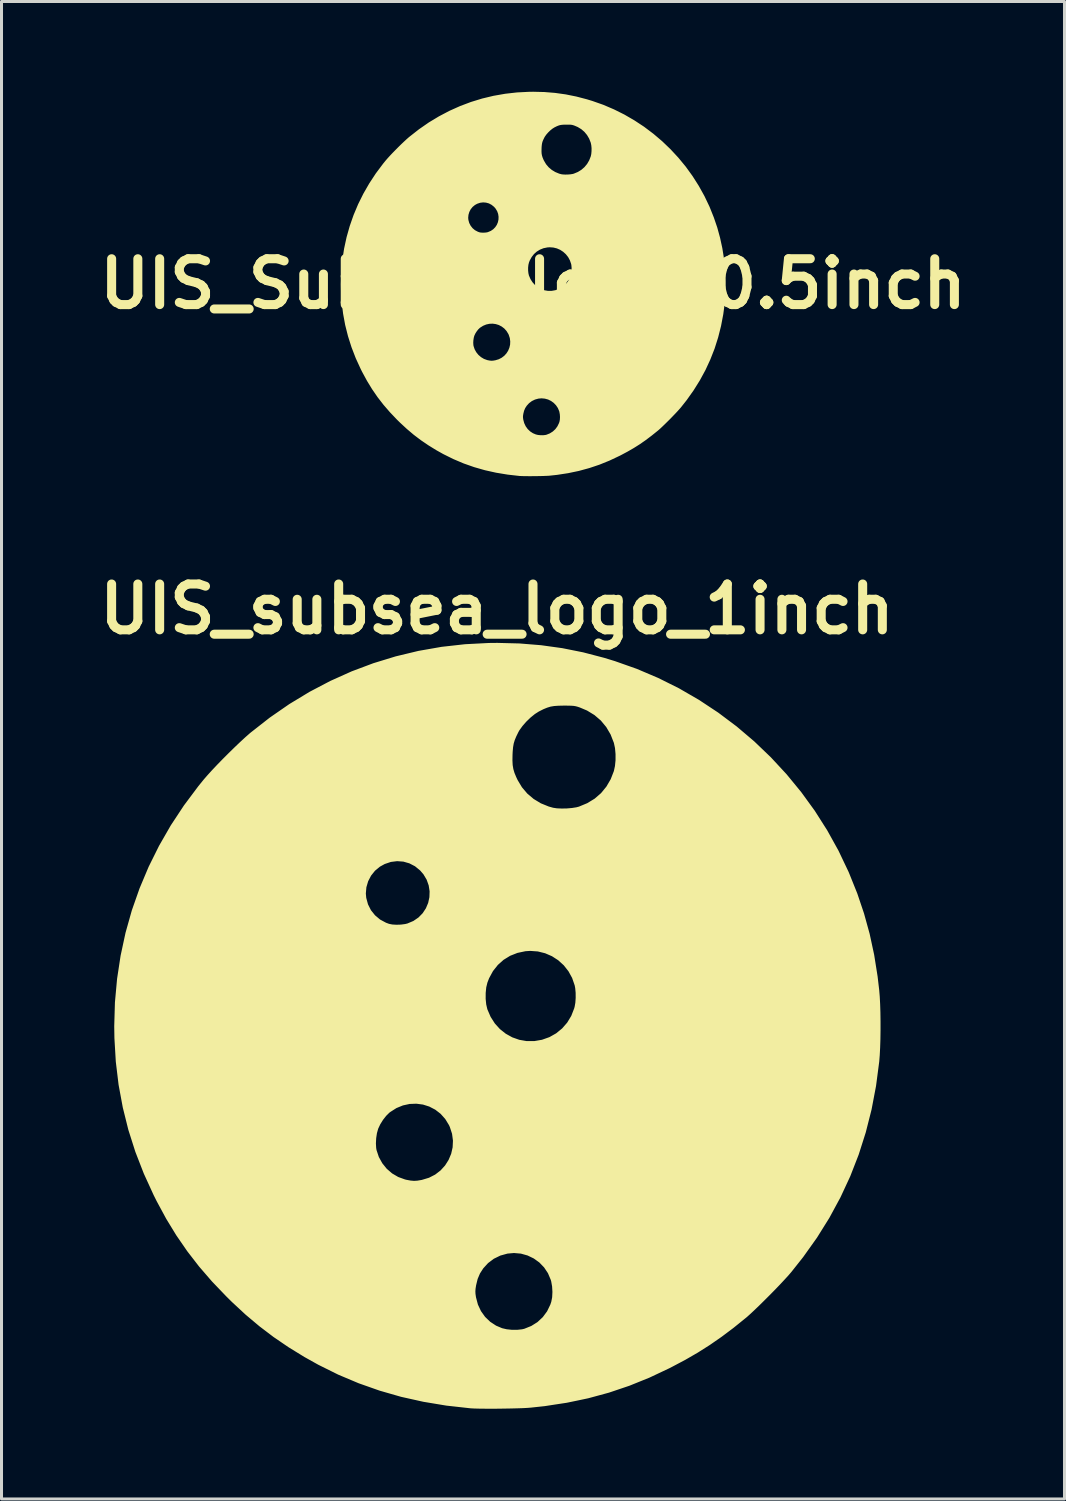
<source format=kicad_pcb>
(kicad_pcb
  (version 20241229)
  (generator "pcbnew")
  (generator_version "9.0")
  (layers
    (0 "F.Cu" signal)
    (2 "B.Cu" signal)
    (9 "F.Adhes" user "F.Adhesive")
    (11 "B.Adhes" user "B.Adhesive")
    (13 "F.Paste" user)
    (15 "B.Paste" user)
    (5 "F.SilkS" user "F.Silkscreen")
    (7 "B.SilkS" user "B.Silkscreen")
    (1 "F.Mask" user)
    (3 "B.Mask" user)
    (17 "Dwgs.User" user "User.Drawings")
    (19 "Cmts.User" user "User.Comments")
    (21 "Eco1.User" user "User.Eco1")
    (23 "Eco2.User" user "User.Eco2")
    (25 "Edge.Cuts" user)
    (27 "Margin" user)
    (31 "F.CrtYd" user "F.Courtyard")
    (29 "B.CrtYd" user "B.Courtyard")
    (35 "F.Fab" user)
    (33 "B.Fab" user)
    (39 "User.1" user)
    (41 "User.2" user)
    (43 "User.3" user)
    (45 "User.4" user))
  (footprint "UIS_Subsea_logo_0.5inch"
    (layer "F.Cu")
    (at 14.667 6.385)
    (property "Reference" "UIS_Subsea_logo_0.5inch" (at 0 0 0) (layer "F.SilkS") (effects (font (size 1.524 1.524) (thickness 0.3))))
    (attr through_hole)
    (fp_poly (pts (xy 6.35 0.079) (xy 6.348 0.226) (xy 6.343 0.365) (xy 6.337 0.491) (xy 6.328 0.598) (xy 6.328 0.6) (xy 6.275 1.001) (xy 6.201 1.39) (xy 6.105 1.769) (xy 5.988 2.137) (xy 5.848 2.494) (xy 5.687 2.843) (xy 5.503 3.181) (xy 5.297 3.511) (xy 5.069 3.833) (xy 4.877 4.076) (xy 4.827 4.133) (xy 4.763 4.204) (xy 4.689 4.283) (xy 4.607 4.368) (xy 4.521 4.457) (xy 4.433 4.544) (xy 4.348 4.628) (xy 4.268 4.705) (xy 4.197 4.772) (xy 4.137 4.825) (xy 4.118 4.841) (xy 3.914 5.005) (xy 3.718 5.153) (xy 3.524 5.288) (xy 3.326 5.413) (xy 3.118 5.533) (xy 2.895 5.652) (xy 2.857 5.671) (xy 2.525 5.828) (xy 2.192 5.963) (xy 1.996 6.029) (xy 1.996 -4.514) (xy 1.986 -4.615) (xy 1.968 -4.703) (xy 1.967 -4.706) (xy 1.911 -4.849) (xy 1.836 -4.976) (xy 1.744 -5.087) (xy 1.635 -5.181) (xy 1.508 -5.258) (xy 1.388 -5.309) (xy 1.348 -5.322) (xy 1.314 -5.331) (xy 1.279 -5.337) (xy 1.238 -5.341) (xy 1.184 -5.342) (xy 1.113 -5.342) (xy 1.11 -5.342) (xy 1.02 -5.341) (xy 0.947 -5.335) (xy 0.885 -5.325) (xy 0.826 -5.307) (xy 0.763 -5.281) (xy 0.689 -5.244) (xy 0.685 -5.242) (xy 0.616 -5.198) (xy 0.541 -5.138) (xy 0.469 -5.068) (xy 0.404 -4.994) (xy 0.352 -4.921) (xy 0.335 -4.891) (xy 0.298 -4.816) (xy 0.271 -4.752) (xy 0.254 -4.692) (xy 0.243 -4.628) (xy 0.236 -4.552) (xy 0.234 -4.5) (xy 0.232 -4.405) (xy 0.236 -4.327) (xy 0.248 -4.258) (xy 0.268 -4.191) (xy 0.298 -4.117) (xy 0.321 -4.069) (xy 0.394 -3.946) (xy 0.486 -3.838) (xy 0.595 -3.746) (xy 0.717 -3.672) (xy 0.852 -3.616) (xy 0.928 -3.595) (xy 0.994 -3.586) (xy 1.075 -3.582) (xy 1.162 -3.584) (xy 1.249 -3.591) (xy 1.325 -3.603) (xy 1.371 -3.615) (xy 1.513 -3.674) (xy 1.638 -3.751) (xy 1.747 -3.846) (xy 1.839 -3.957) (xy 1.913 -4.084) (xy 1.967 -4.222) (xy 1.986 -4.308) (xy 1.995 -4.409) (xy 1.996 -4.514) (xy 1.996 6.029) (xy 1.855 6.076) (xy 1.511 6.17) (xy 1.333 6.207) (xy 1.333 -0.46) (xy 1.332 -0.546) (xy 1.325 -0.625) (xy 1.316 -0.674) (xy 1.272 -0.801) (xy 1.209 -0.917) (xy 1.128 -1.019) (xy 1.033 -1.105) (xy 0.926 -1.175) (xy 0.809 -1.226) (xy 0.683 -1.257) (xy 0.553 -1.266) (xy 0.469 -1.26) (xy 0.333 -1.232) (xy 0.208 -1.182) (xy 0.095 -1.113) (xy -0.004 -1.025) (xy -0.087 -0.919) (xy -0.154 -0.798) (xy -0.183 -0.722) (xy -0.203 -0.639) (xy -0.213 -0.543) (xy -0.213 -0.443) (xy -0.203 -0.347) (xy -0.184 -0.264) (xy -0.183 -0.261) (xy -0.128 -0.133) (xy -0.056 -0.021) (xy 0.032 0.076) (xy 0.132 0.157) (xy 0.244 0.218) (xy 0.364 0.261) (xy 0.491 0.283) (xy 0.622 0.283) (xy 0.754 0.26) (xy 0.882 0.215) (xy 0.998 0.149) (xy 1.101 0.066) (xy 1.187 -0.035) (xy 1.257 -0.15) (xy 1.307 -0.277) (xy 1.316 -0.309) (xy 1.328 -0.378) (xy 1.333 -0.46) (xy 1.333 6.207) (xy 1.157 6.244) (xy 0.947 6.276) (xy 0.947 4.428) (xy 0.941 4.333) (xy 0.925 4.245) (xy 0.918 4.217) (xy 0.87 4.104) (xy 0.803 4.004) (xy 0.72 3.918) (xy 0.624 3.849) (xy 0.517 3.797) (xy 0.402 3.766) (xy 0.282 3.755) (xy 0.171 3.765) (xy 0.047 3.799) (xy -0.065 3.854) (xy -0.165 3.929) (xy -0.247 4.019) (xy -0.305 4.108) (xy -0.345 4.203) (xy -0.372 4.312) (xy -0.372 4.315) (xy -0.381 4.372) (xy -0.384 4.417) (xy -0.382 4.461) (xy -0.374 4.515) (xy -0.373 4.524) (xy -0.34 4.646) (xy -0.287 4.759) (xy -0.216 4.858) (xy -0.129 4.942) (xy -0.027 5.009) (xy 0.078 5.053) (xy 0.157 5.072) (xy 0.247 5.081) (xy 0.338 5.082) (xy 0.422 5.072) (xy 0.462 5.063) (xy 0.582 5.015) (xy 0.688 4.948) (xy 0.78 4.863) (xy 0.854 4.762) (xy 0.91 4.647) (xy 0.927 4.598) (xy 0.942 4.519) (xy 0.947 4.428) (xy 0.947 6.276) (xy 0.791 6.3) (xy 0.559 6.325) (xy 0.5 6.33) (xy 0.422 6.333) (xy 0.329 6.337) (xy 0.226 6.339) (xy 0.117 6.341) (xy 0.006 6.342) (xy -0.103 6.343) (xy -0.206 6.342) (xy -0.297 6.341) (xy -0.374 6.339) (xy -0.432 6.336) (xy -0.443 6.336) (xy -0.707 6.306) (xy -0.707 1.911) (xy -0.722 1.793) (xy -0.76 1.677) (xy -0.775 1.644) (xy -0.84 1.537) (xy -0.92 1.448) (xy -1.013 1.377) (xy -1.095 1.334) (xy -1.095 -2.233) (xy -1.11 -2.335) (xy -1.146 -2.435) (xy -1.202 -2.529) (xy -1.26 -2.596) (xy -1.349 -2.668) (xy -1.447 -2.72) (xy -1.552 -2.749) (xy -1.66 -2.758) (xy -1.769 -2.744) (xy -1.876 -2.708) (xy -1.959 -2.662) (xy -2.045 -2.591) (xy -2.114 -2.505) (xy -2.164 -2.408) (xy -2.195 -2.304) (xy -2.205 -2.195) (xy -2.198 -2.118) (xy -2.167 -2.005) (xy -2.115 -1.904) (xy -2.045 -1.815) (xy -1.958 -1.742) (xy -1.855 -1.687) (xy -1.801 -1.667) (xy -1.743 -1.655) (xy -1.671 -1.651) (xy -1.595 -1.653) (xy -1.523 -1.662) (xy -1.481 -1.673) (xy -1.377 -1.717) (xy -1.289 -1.777) (xy -1.216 -1.852) (xy -1.159 -1.937) (xy -1.12 -2.031) (xy -1.098 -2.131) (xy -1.095 -2.233) (xy -1.095 1.334) (xy -1.115 1.323) (xy -1.225 1.289) (xy -1.339 1.273) (xy -1.455 1.278) (xy -1.57 1.303) (xy -1.682 1.349) (xy -1.788 1.416) (xy -1.805 1.43) (xy -1.86 1.483) (xy -1.914 1.553) (xy -1.962 1.629) (xy -1.997 1.705) (xy -1.999 1.709) (xy -2.019 1.783) (xy -2.032 1.869) (xy -2.037 1.957) (xy -2.032 2.038) (xy -2.026 2.076) (xy -1.987 2.194) (xy -1.927 2.302) (xy -1.85 2.397) (xy -1.757 2.477) (xy -1.652 2.54) (xy -1.536 2.582) (xy -1.509 2.588) (xy -1.438 2.601) (xy -1.379 2.606) (xy -1.32 2.602) (xy -1.251 2.591) (xy -1.24 2.589) (xy -1.121 2.553) (xy -1.014 2.498) (xy -0.921 2.427) (xy -0.843 2.341) (xy -0.782 2.245) (xy -0.738 2.139) (xy -0.712 2.027) (xy -0.707 1.911) (xy -0.707 6.306) (xy -0.838 6.291) (xy -1.219 6.228) (xy -1.587 6.146) (xy -1.943 6.044) (xy -2.29 5.922) (xy -2.627 5.779) (xy -2.958 5.615) (xy -3.187 5.487) (xy -3.45 5.325) (xy -3.697 5.157) (xy -3.932 4.979) (xy -4.16 4.786) (xy -4.387 4.576) (xy -4.482 4.483) (xy -4.717 4.236) (xy -4.931 3.989) (xy -5.127 3.736) (xy -5.307 3.474) (xy -5.475 3.199) (xy -5.634 2.906) (xy -5.683 2.808) (xy -5.847 2.451) (xy -5.986 2.09) (xy -6.102 1.725) (xy -6.195 1.356) (xy -6.264 0.98) (xy -6.31 0.598) (xy -6.333 0.208) (xy -6.336 0.012) (xy -6.324 -0.383) (xy -6.289 -0.774) (xy -6.231 -1.158) (xy -6.149 -1.537) (xy -6.044 -1.908) (xy -5.917 -2.272) (xy -5.767 -2.628) (xy -5.594 -2.976) (xy -5.399 -3.315) (xy -5.183 -3.644) (xy -4.944 -3.963) (xy -4.852 -4.076) (xy -4.791 -4.146) (xy -4.716 -4.228) (xy -4.63 -4.319) (xy -4.536 -4.415) (xy -4.44 -4.512) (xy -4.343 -4.607) (xy -4.25 -4.695) (xy -4.165 -4.774) (xy -4.091 -4.839) (xy -4.076 -4.851) (xy -3.762 -5.097) (xy -3.438 -5.322) (xy -3.103 -5.524) (xy -2.759 -5.705) (xy -2.406 -5.863) (xy -2.045 -5.999) (xy -1.676 -6.112) (xy -1.3 -6.202) (xy -0.917 -6.269) (xy -0.528 -6.313) (xy -0.134 -6.333) (xy 0.006 -6.335) (xy 0.374 -6.326) (xy 0.73 -6.297) (xy 1.08 -6.248) (xy 1.427 -6.178) (xy 1.775 -6.087) (xy 1.953 -6.033) (xy 2.317 -5.905) (xy 2.67 -5.754) (xy 3.013 -5.583) (xy 3.344 -5.391) (xy 3.663 -5.181) (xy 3.968 -4.951) (xy 4.259 -4.704) (xy 4.534 -4.44) (xy 4.794 -4.16) (xy 5.037 -3.865) (xy 5.261 -3.555) (xy 5.467 -3.231) (xy 5.654 -2.894) (xy 5.82 -2.546) (xy 5.832 -2.517) (xy 5.964 -2.187) (xy 6.077 -1.856) (xy 6.169 -1.519) (xy 6.244 -1.173) (xy 6.301 -0.814) (xy 6.328 -0.588) (xy 6.336 -0.482) (xy 6.343 -0.356) (xy 6.347 -0.217) (xy 6.35 -0.07) (xy 6.35 0.079)) (stroke (width 0.1) (type solid)) (fill yes) (layer "F.SilkS")))
  (footprint "UIS_subsea_logo_1inch"
    (layer "F.Cu")
    (at 13.469 31.039)
    (property "Reference" "UIS_subsea_logo_1inch" (at 0 -13.843 0) (layer "F.SilkS") (effects (font (size 1.524 1.524) (thickness 0.3))))
    (attr through_hole)
    (fp_poly (pts (xy 12.699 0.158) (xy 12.695 0.452) (xy 12.686 0.73) (xy 12.673 0.982) (xy 12.656 1.196) (xy 12.655 1.201) (xy 12.55 2.002) (xy 12.402 2.781) (xy 12.21 3.538) (xy 11.976 4.273) (xy 11.697 4.989) (xy 11.374 5.685) (xy 11.007 6.363) (xy 10.595 7.023) (xy 10.137 7.666) (xy 9.753 8.151) (xy 9.654 8.267) (xy 9.526 8.407) (xy 9.378 8.566) (xy 9.214 8.737) (xy 9.041 8.913) (xy 8.866 9.088) (xy 8.696 9.256) (xy 8.536 9.41) (xy 8.394 9.543) (xy 8.275 9.65) (xy 8.236 9.682) (xy 7.829 10.011) (xy 7.436 10.306) (xy 7.048 10.575) (xy 6.651 10.827) (xy 6.236 11.067) (xy 5.79 11.303) (xy 5.713 11.343) (xy 5.05 11.656) (xy 4.385 11.925) (xy 3.991 12.058) (xy 3.991 -9.027) (xy 3.973 -9.229) (xy 3.935 -9.405) (xy 3.933 -9.413) (xy 3.822 -9.697) (xy 3.673 -9.951) (xy 3.488 -10.174) (xy 3.269 -10.362) (xy 3.017 -10.516) (xy 2.775 -10.618) (xy 2.696 -10.645) (xy 2.628 -10.663) (xy 2.558 -10.675) (xy 2.476 -10.681) (xy 2.369 -10.684) (xy 2.225 -10.685) (xy 2.22 -10.685) (xy 2.04 -10.681) (xy 1.895 -10.671) (xy 1.77 -10.65) (xy 1.652 -10.614) (xy 1.525 -10.562) (xy 1.378 -10.488) (xy 1.371 -10.485) (xy 1.231 -10.396) (xy 1.083 -10.276) (xy 0.938 -10.136) (xy 0.808 -9.987) (xy 0.704 -9.843) (xy 0.67 -9.783) (xy 0.596 -9.632) (xy 0.543 -9.504) (xy 0.507 -9.384) (xy 0.485 -9.256) (xy 0.472 -9.105) (xy 0.467 -9) (xy 0.464 -8.811) (xy 0.472 -8.654) (xy 0.495 -8.516) (xy 0.535 -8.381) (xy 0.596 -8.235) (xy 0.642 -8.137) (xy 0.789 -7.892) (xy 0.972 -7.676) (xy 1.189 -7.492) (xy 1.435 -7.343) (xy 1.705 -7.233) (xy 1.856 -7.191) (xy 1.988 -7.171) (xy 2.15 -7.164) (xy 2.325 -7.167) (xy 2.497 -7.182) (xy 2.65 -7.206) (xy 2.741 -7.23) (xy 3.025 -7.348) (xy 3.277 -7.502) (xy 3.495 -7.691) (xy 3.678 -7.914) (xy 3.826 -8.168) (xy 3.933 -8.443) (xy 3.971 -8.617) (xy 3.991 -8.817) (xy 3.991 -9.027) (xy 3.991 12.058) (xy 3.71 12.153) (xy 3.022 12.34) (xy 2.666 12.415) (xy 2.666 -0.92) (xy 2.665 -1.091) (xy 2.65 -1.251) (xy 2.632 -1.347) (xy 2.544 -1.603) (xy 2.417 -1.834) (xy 2.257 -2.037) (xy 2.067 -2.21) (xy 1.852 -2.349) (xy 1.617 -2.451) (xy 1.367 -2.513) (xy 1.105 -2.532) (xy 0.938 -2.521) (xy 0.666 -2.463) (xy 0.415 -2.364) (xy 0.189 -2.225) (xy -0.008 -2.049) (xy -0.175 -1.838) (xy -0.307 -1.595) (xy -0.366 -1.443) (xy -0.406 -1.279) (xy -0.425 -1.087) (xy -0.426 -0.886) (xy -0.407 -0.694) (xy -0.368 -0.527) (xy -0.366 -0.522) (xy -0.256 -0.267) (xy -0.112 -0.041) (xy 0.063 0.153) (xy 0.265 0.313) (xy 0.488 0.437) (xy 0.729 0.522) (xy 0.982 0.566) (xy 1.245 0.566) (xy 1.508 0.521) (xy 1.764 0.43) (xy 1.996 0.299) (xy 2.201 0.131) (xy 2.375 -0.069) (xy 2.514 -0.299) (xy 2.614 -0.555) (xy 2.631 -0.618) (xy 2.655 -0.755) (xy 2.666 -0.92) (xy 2.666 12.415) (xy 2.314 12.488) (xy 1.893 12.552) (xy 1.893 8.855) (xy 1.882 8.666) (xy 1.851 8.49) (xy 1.835 8.435) (xy 1.739 8.208) (xy 1.605 8.007) (xy 1.44 7.836) (xy 1.248 7.698) (xy 1.034 7.595) (xy 0.805 7.531) (xy 0.565 7.51) (xy 0.341 7.53) (xy 0.095 7.598) (xy -0.13 7.708) (xy -0.33 7.858) (xy -0.495 8.039) (xy -0.609 8.216) (xy -0.69 8.406) (xy -0.743 8.623) (xy -0.744 8.63) (xy -0.762 8.744) (xy -0.768 8.834) (xy -0.764 8.922) (xy -0.748 9.031) (xy -0.745 9.047) (xy -0.68 9.293) (xy -0.575 9.517) (xy -0.433 9.716) (xy -0.257 9.885) (xy -0.053 10.019) (xy 0.155 10.107) (xy 0.314 10.144) (xy 0.493 10.163) (xy 0.676 10.163) (xy 0.844 10.145) (xy 0.924 10.126) (xy 1.163 10.03) (xy 1.377 9.896) (xy 1.56 9.725) (xy 1.709 9.524) (xy 1.82 9.294) (xy 1.853 9.196) (xy 1.884 9.038) (xy 1.893 8.855) (xy 1.893 12.552) (xy 1.582 12.6) (xy 1.117 12.65) (xy 0.999 12.659) (xy 0.843 12.667) (xy 0.658 12.673) (xy 0.452 12.678) (xy 0.234 12.682) (xy 0.011 12.685) (xy -0.206 12.686) (xy -0.411 12.685) (xy -0.595 12.683) (xy -0.749 12.679) (xy -0.865 12.673) (xy -0.885 12.671) (xy -1.413 12.612) (xy -1.413 3.822) (xy -1.444 3.587) (xy -1.52 3.354) (xy -1.55 3.287) (xy -1.68 3.075) (xy -1.84 2.896) (xy -2.025 2.753) (xy -2.189 2.668) (xy -2.189 -4.466) (xy -2.221 -4.671) (xy -2.292 -4.87) (xy -2.404 -5.058) (xy -2.52 -5.192) (xy -2.697 -5.337) (xy -2.894 -5.439) (xy -3.103 -5.499) (xy -3.32 -5.515) (xy -3.538 -5.488) (xy -3.751 -5.416) (xy -3.919 -5.323) (xy -4.09 -5.182) (xy -4.227 -5.011) (xy -4.328 -4.817) (xy -4.39 -4.607) (xy -4.409 -4.39) (xy -4.395 -4.236) (xy -4.334 -4.011) (xy -4.231 -3.807) (xy -4.09 -3.631) (xy -3.916 -3.484) (xy -3.71 -3.373) (xy -3.603 -3.333) (xy -3.487 -3.31) (xy -3.343 -3.301) (xy -3.19 -3.306) (xy -3.046 -3.325) (xy -2.962 -3.345) (xy -2.754 -3.433) (xy -2.577 -3.554) (xy -2.431 -3.703) (xy -2.318 -3.875) (xy -2.239 -4.063) (xy -2.196 -4.262) (xy -2.189 -4.466) (xy -2.189 2.668) (xy -2.23 2.646) (xy -2.449 2.577) (xy -2.677 2.547) (xy -2.91 2.556) (xy -3.14 2.606) (xy -3.365 2.698) (xy -3.577 2.833) (xy -3.611 2.859) (xy -3.72 2.967) (xy -3.829 3.106) (xy -3.924 3.259) (xy -3.995 3.41) (xy -3.997 3.417) (xy -4.039 3.566) (xy -4.065 3.738) (xy -4.074 3.915) (xy -4.065 4.076) (xy -4.052 4.151) (xy -3.973 4.388) (xy -3.854 4.604) (xy -3.7 4.795) (xy -3.515 4.955) (xy -3.303 5.079) (xy -3.071 5.163) (xy -3.018 5.176) (xy -2.877 5.202) (xy -2.758 5.212) (xy -2.64 5.205) (xy -2.502 5.182) (xy -2.48 5.177) (xy -2.241 5.105) (xy -2.028 4.996) (xy -1.842 4.853) (xy -1.687 4.683) (xy -1.564 4.489) (xy -1.475 4.278) (xy -1.424 4.054) (xy -1.413 3.822) (xy -1.413 12.612) (xy -1.676 12.583) (xy -2.438 12.456) (xy -3.174 12.292) (xy -3.887 12.087) (xy -4.579 11.843) (xy -5.255 11.558) (xy -5.916 11.23) (xy -6.374 10.974) (xy -6.901 10.65) (xy -7.394 10.314) (xy -7.864 9.957) (xy -8.321 9.573) (xy -8.774 9.153) (xy -8.964 8.965) (xy -9.435 8.473) (xy -9.863 7.978) (xy -10.254 7.472) (xy -10.615 6.948) (xy -10.951 6.398) (xy -11.268 5.812) (xy -11.366 5.616) (xy -11.693 4.901) (xy -11.973 4.18) (xy -12.205 3.451) (xy -12.389 2.711) (xy -12.528 1.96) (xy -12.62 1.196) (xy -12.666 0.416) (xy -12.672 0.024) (xy -12.649 -0.767) (xy -12.578 -1.547) (xy -12.461 -2.316) (xy -12.298 -3.073) (xy -12.089 -3.816) (xy -11.833 -4.544) (xy -11.533 -5.257) (xy -11.188 -5.952) (xy -10.799 -6.629) (xy -10.365 -7.287) (xy -9.888 -7.925) (xy -9.704 -8.152) (xy -9.582 -8.292) (xy -9.432 -8.457) (xy -9.26 -8.639) (xy -9.073 -8.831) (xy -8.879 -9.025) (xy -8.686 -9.214) (xy -8.5 -9.391) (xy -8.33 -9.548) (xy -8.182 -9.678) (xy -8.152 -9.703) (xy -7.524 -10.195) (xy -6.875 -10.644) (xy -6.206 -11.049) (xy -5.518 -11.41) (xy -4.812 -11.727) (xy -4.09 -11.998) (xy -3.352 -12.224) (xy -2.599 -12.405) (xy -1.834 -12.539) (xy -1.057 -12.626) (xy -0.268 -12.667) (xy 0.012 -12.67) (xy 0.748 -12.651) (xy 1.461 -12.593) (xy 2.16 -12.496) (xy 2.853 -12.357) (xy 3.55 -12.175) (xy 3.906 -12.066) (xy 4.633 -11.809) (xy 5.34 -11.508) (xy 6.026 -11.166) (xy 6.688 -10.783) (xy 7.326 -10.361) (xy 7.936 -9.903) (xy 8.518 -9.409) (xy 9.069 -8.881) (xy 9.588 -8.321) (xy 10.073 -7.73) (xy 10.523 -7.11) (xy 10.935 -6.462) (xy 11.308 -5.789) (xy 11.64 -5.091) (xy 11.664 -5.034) (xy 11.929 -4.375) (xy 12.153 -3.711) (xy 12.339 -3.037) (xy 12.488 -2.345) (xy 12.602 -1.628) (xy 12.655 -1.177) (xy 12.673 -0.963) (xy 12.686 -0.712) (xy 12.695 -0.435) (xy 12.699 -0.141) (xy 12.699 0.158)) (stroke (width 0.1) (type solid)) (fill yes) (layer "F.SilkS")))
  (gr_rect
    (start -3 -3)
    (end 32.333 46.774)
    (stroke (width 0.1) (type default))
    (fill no)
    (layer "Edge.Cuts")))
</source>
